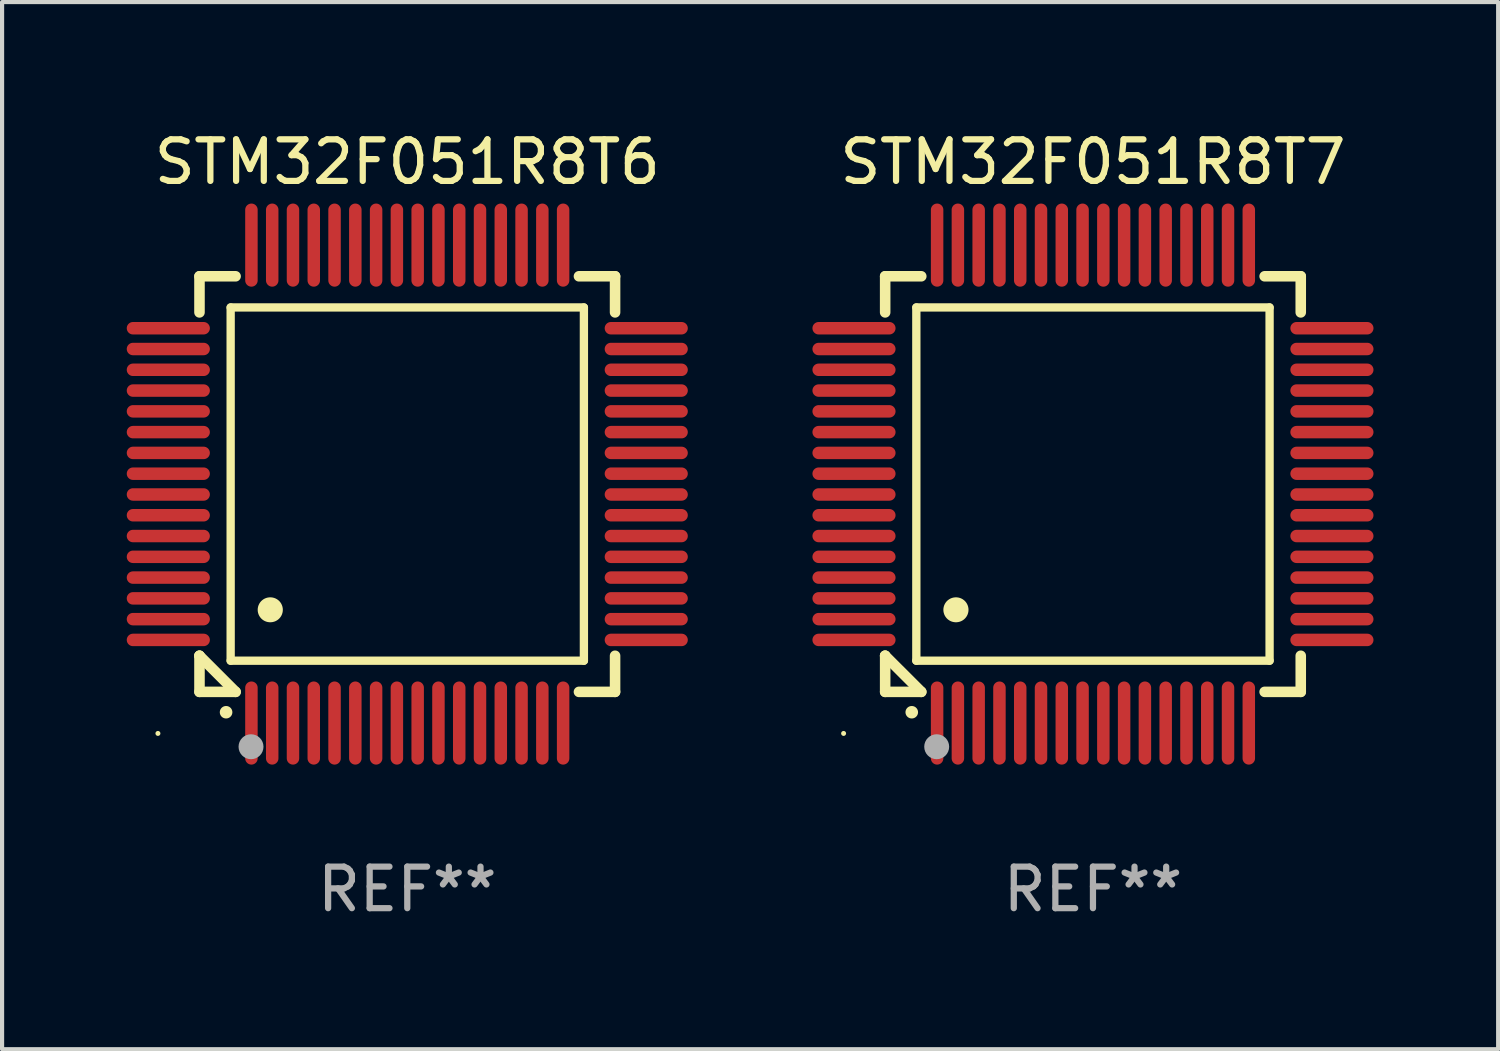
<source format=kicad_pcb>
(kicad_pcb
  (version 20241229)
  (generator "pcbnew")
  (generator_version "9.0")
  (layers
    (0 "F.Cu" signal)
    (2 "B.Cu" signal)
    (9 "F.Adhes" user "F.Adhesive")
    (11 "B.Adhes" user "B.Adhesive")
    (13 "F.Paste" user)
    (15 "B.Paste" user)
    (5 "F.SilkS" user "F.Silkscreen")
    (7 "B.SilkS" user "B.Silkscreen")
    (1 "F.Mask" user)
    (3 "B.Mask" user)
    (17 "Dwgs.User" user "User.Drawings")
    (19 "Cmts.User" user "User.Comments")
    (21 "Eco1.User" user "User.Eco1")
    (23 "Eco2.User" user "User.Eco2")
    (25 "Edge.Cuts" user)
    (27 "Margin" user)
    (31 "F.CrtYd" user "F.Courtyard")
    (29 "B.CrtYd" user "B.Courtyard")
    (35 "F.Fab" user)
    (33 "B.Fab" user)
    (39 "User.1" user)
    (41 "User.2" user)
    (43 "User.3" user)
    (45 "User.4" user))
  (footprint "STM32F051R8T7"
    (layer "F.Cu")
    (at 23.249 8.598)
    (property "Reference" "STM32F051R8T7" (at 0 -7.75 0) (layer "F.SilkS") (effects (font (size 1 1) (thickness 0.15))))
    (attr through_hole)
    (fp_line (start -5 -5) (end -4.131 -5) (stroke (width 0.254) (type solid)) (layer "F.SilkS"))
    (fp_line (start -5 -4.131) (end -5 -5) (stroke (width 0.254) (type solid)) (layer "F.SilkS"))
    (fp_line (start -5 4.131) (end -5 4.131) (stroke (width 0.254) (type solid)) (layer "F.SilkS"))
    (fp_line (start -5 5) (end -5 4.131) (stroke (width 0.254) (type solid)) (layer "F.SilkS"))
    (fp_line (start -5 4.131) (end -4.131 5) (stroke (width 0.254) (type solid)) (layer "F.SilkS"))
    (fp_line (start -4.25 -4.25) (end -4.25 4.25) (stroke (width 0.2) (type solid)) (layer "F.SilkS"))
    (fp_line (start -4.25 4.25) (end 4.25 4.25) (stroke (width 0.2) (type solid)) (layer "F.SilkS"))
    (fp_line (start -4.131 5) (end -5 5) (stroke (width 0.254) (type solid)) (layer "F.SilkS"))
    (fp_line (start 4.25 -4.25) (end -4.25 -4.25) (stroke (width 0.2) (type solid)) (layer "F.SilkS"))
    (fp_line (start 4.25 4.25) (end 4.25 -4.25) (stroke (width 0.2) (type solid)) (layer "F.SilkS"))
    (fp_line (start 5 -5) (end 4.131 -5) (stroke (width 0.254) (type solid)) (layer "F.SilkS"))
    (fp_line (start 5 -5) (end 5 -4.131) (stroke (width 0.254) (type solid)) (layer "F.SilkS"))
    (fp_line (start 5 4.131) (end 5 5) (stroke (width 0.254) (type solid)) (layer "F.SilkS"))
    (fp_line (start 5 5) (end 4.131 5) (stroke (width 0.254) (type solid)) (layer "F.SilkS"))
    (fp_arc (start -4.361265 5.489992) (mid -4.359995 5.489987) (end -4.358725 5.489992) (stroke (width 0.3) (type solid)) (layer "F.SilkS"))
    (fp_arc (start -3.299467 3.025146) (mid -3.296927 3.025135) (end -3.294387 3.025146) (stroke (width 0.6) (type solid)) (layer "F.SilkS"))
    (fp_circle (center -6 6) (end -5.97 6) (stroke (width 0.06) (type solid)) (fill no) (layer "F.SilkS"))
    (fp_circle (center -3.76 6.32) (end -3.61 6.32) (stroke (width 0.3) (type solid)) (fill no) (layer "F.Fab"))
    (fp_text user "REF**" (at 0 9.75 0) (layer "F.Fab") (effects (font (size 1 1) (thickness 0.15))))
    (pad "1" smd oval (at -3.75 5.75) (size 0.3 2) (layers "F.Cu" "F.Mask" "F.Paste"))
    (pad "2" smd oval (at -3.25 5.75) (size 0.3 2) (layers "F.Cu" "F.Mask" "F.Paste"))
    (pad "3" smd oval (at -2.75 5.75) (size 0.3 2) (layers "F.Cu" "F.Mask" "F.Paste"))
    (pad "4" smd oval (at -2.25 5.75) (size 0.3 2) (layers "F.Cu" "F.Mask" "F.Paste"))
    (pad "5" smd oval (at -1.75 5.75) (size 0.3 2) (layers "F.Cu" "F.Mask" "F.Paste"))
    (pad "6" smd oval (at -1.25 5.75) (size 0.3 2) (layers "F.Cu" "F.Mask" "F.Paste"))
    (pad "7" smd oval (at -0.75 5.75) (size 0.3 2) (layers "F.Cu" "F.Mask" "F.Paste"))
    (pad "8" smd oval (at -0.25 5.75) (size 0.3 2) (layers "F.Cu" "F.Mask" "F.Paste"))
    (pad "9" smd oval (at 0.25 5.75) (size 0.3 2) (layers "F.Cu" "F.Mask" "F.Paste"))
    (pad "10" smd oval (at 0.75 5.75) (size 0.3 2) (layers "F.Cu" "F.Mask" "F.Paste"))
    (pad "11" smd oval (at 1.25 5.75) (size 0.3 2) (layers "F.Cu" "F.Mask" "F.Paste"))
    (pad "12" smd oval (at 1.75 5.75) (size 0.3 2) (layers "F.Cu" "F.Mask" "F.Paste"))
    (pad "13" smd oval (at 2.25 5.75) (size 0.3 2) (layers "F.Cu" "F.Mask" "F.Paste"))
    (pad "14" smd oval (at 2.75 5.75) (size 0.3 2) (layers "F.Cu" "F.Mask" "F.Paste"))
    (pad "15" smd oval (at 3.25 5.75) (size 0.3 2) (layers "F.Cu" "F.Mask" "F.Paste"))
    (pad "16" smd oval (at 3.75 5.75) (size 0.3 2) (layers "F.Cu" "F.Mask" "F.Paste"))
    (pad "17" smd oval (at 5.75 3.75) (size 2 0.3) (layers "F.Cu" "F.Mask" "F.Paste"))
    (pad "18" smd oval (at 5.75 3.25) (size 2 0.3) (layers "F.Cu" "F.Mask" "F.Paste"))
    (pad "19" smd oval (at 5.75 2.75) (size 2 0.3) (layers "F.Cu" "F.Mask" "F.Paste"))
    (pad "20" smd oval (at 5.75 2.25) (size 2 0.3) (layers "F.Cu" "F.Mask" "F.Paste"))
    (pad "21" smd oval (at 5.75 1.75) (size 2 0.3) (layers "F.Cu" "F.Mask" "F.Paste"))
    (pad "22" smd oval (at 5.75 1.25) (size 2 0.3) (layers "F.Cu" "F.Mask" "F.Paste"))
    (pad "23" smd oval (at 5.75 0.75) (size 2 0.3) (layers "F.Cu" "F.Mask" "F.Paste"))
    (pad "24" smd oval (at 5.75 0.25) (size 2 0.3) (layers "F.Cu" "F.Mask" "F.Paste"))
    (pad "25" smd oval (at 5.75 -0.25) (size 2 0.3) (layers "F.Cu" "F.Mask" "F.Paste"))
    (pad "26" smd oval (at 5.75 -0.75) (size 2 0.3) (layers "F.Cu" "F.Mask" "F.Paste"))
    (pad "27" smd oval (at 5.75 -1.25) (size 2 0.3) (layers "F.Cu" "F.Mask" "F.Paste"))
    (pad "28" smd oval (at 5.75 -1.75) (size 2 0.3) (layers "F.Cu" "F.Mask" "F.Paste"))
    (pad "29" smd oval (at 5.75 -2.25) (size 2 0.3) (layers "F.Cu" "F.Mask" "F.Paste"))
    (pad "30" smd oval (at 5.75 -2.75) (size 2 0.3) (layers "F.Cu" "F.Mask" "F.Paste"))
    (pad "31" smd oval (at 5.75 -3.25) (size 2 0.3) (layers "F.Cu" "F.Mask" "F.Paste"))
    (pad "32" smd oval (at 5.75 -3.75) (size 2 0.3) (layers "F.Cu" "F.Mask" "F.Paste"))
    (pad "33" smd oval (at 3.75 -5.75) (size 0.3 2) (layers "F.Cu" "F.Mask" "F.Paste"))
    (pad "34" smd oval (at 3.25 -5.75) (size 0.3 2) (layers "F.Cu" "F.Mask" "F.Paste"))
    (pad "35" smd oval (at 2.75 -5.75) (size 0.3 2) (layers "F.Cu" "F.Mask" "F.Paste"))
    (pad "36" smd oval (at 2.25 -5.75) (size 0.3 2) (layers "F.Cu" "F.Mask" "F.Paste"))
    (pad "37" smd oval (at 1.75 -5.75) (size 0.3 2) (layers "F.Cu" "F.Mask" "F.Paste"))
    (pad "38" smd oval (at 1.25 -5.75) (size 0.3 2) (layers "F.Cu" "F.Mask" "F.Paste"))
    (pad "39" smd oval (at 0.75 -5.75) (size 0.3 2) (layers "F.Cu" "F.Mask" "F.Paste"))
    (pad "40" smd oval (at 0.25 -5.75) (size 0.3 2) (layers "F.Cu" "F.Mask" "F.Paste"))
    (pad "41" smd oval (at -0.25 -5.75) (size 0.3 2) (layers "F.Cu" "F.Mask" "F.Paste"))
    (pad "42" smd oval (at -0.75 -5.75) (size 0.3 2) (layers "F.Cu" "F.Mask" "F.Paste"))
    (pad "43" smd oval (at -1.25 -5.75) (size 0.3 2) (layers "F.Cu" "F.Mask" "F.Paste"))
    (pad "44" smd oval (at -1.75 -5.75) (size 0.3 2) (layers "F.Cu" "F.Mask" "F.Paste"))
    (pad "45" smd oval (at -2.25 -5.75) (size 0.3 2) (layers "F.Cu" "F.Mask" "F.Paste"))
    (pad "46" smd oval (at -2.75 -5.75) (size 0.3 2) (layers "F.Cu" "F.Mask" "F.Paste"))
    (pad "47" smd oval (at -3.25 -5.75) (size 0.3 2) (layers "F.Cu" "F.Mask" "F.Paste"))
    (pad "48" smd oval (at -3.75 -5.75) (size 0.3 2) (layers "F.Cu" "F.Mask" "F.Paste"))
    (pad "49" smd oval (at -5.75 -3.75) (size 2 0.3) (layers "F.Cu" "F.Mask" "F.Paste"))
    (pad "50" smd oval (at -5.75 -3.25) (size 2 0.3) (layers "F.Cu" "F.Mask" "F.Paste"))
    (pad "51" smd oval (at -5.75 -2.75) (size 2 0.3) (layers "F.Cu" "F.Mask" "F.Paste"))
    (pad "52" smd oval (at -5.75 -2.25) (size 2 0.3) (layers "F.Cu" "F.Mask" "F.Paste"))
    (pad "53" smd oval (at -5.75 -1.75) (size 2 0.3) (layers "F.Cu" "F.Mask" "F.Paste"))
    (pad "54" smd oval (at -5.75 -1.25) (size 2 0.3) (layers "F.Cu" "F.Mask" "F.Paste"))
    (pad "55" smd oval (at -5.75 -0.75) (size 2 0.3) (layers "F.Cu" "F.Mask" "F.Paste"))
    (pad "56" smd oval (at -5.75 -0.25) (size 2 0.3) (layers "F.Cu" "F.Mask" "F.Paste"))
    (pad "57" smd oval (at -5.75 0.25) (size 2 0.3) (layers "F.Cu" "F.Mask" "F.Paste"))
    (pad "58" smd oval (at -5.75 0.75) (size 2 0.3) (layers "F.Cu" "F.Mask" "F.Paste"))
    (pad "59" smd oval (at -5.75 1.25) (size 2 0.3) (layers "F.Cu" "F.Mask" "F.Paste"))
    (pad "60" smd oval (at -5.75 1.75) (size 2 0.3) (layers "F.Cu" "F.Mask" "F.Paste"))
    (pad "61" smd oval (at -5.75 2.25) (size 2 0.3) (layers "F.Cu" "F.Mask" "F.Paste"))
    (pad "62" smd oval (at -5.75 2.75) (size 2 0.3) (layers "F.Cu" "F.Mask" "F.Paste"))
    (pad "63" smd oval (at -5.75 3.25) (size 2 0.3) (layers "F.Cu" "F.Mask" "F.Paste"))
    (pad "64" smd oval (at -5.75 3.75) (size 2 0.3) (layers "F.Cu" "F.Mask" "F.Paste")))
  (footprint "STM32F051R8T6"
    (layer "F.Cu")
    (at 6.75 8.598)
    (property "Reference" "STM32F051R8T6" (at 0 -7.75 0) (layer "F.SilkS") (effects (font (size 1 1) (thickness 0.15))))
    (attr through_hole)
    (fp_line (start -5 -5) (end -4.131 -5) (stroke (width 0.254) (type solid)) (layer "F.SilkS"))
    (fp_line (start -5 -4.131) (end -5 -5) (stroke (width 0.254) (type solid)) (layer "F.SilkS"))
    (fp_line (start -5 4.131) (end -5 4.131) (stroke (width 0.254) (type solid)) (layer "F.SilkS"))
    (fp_line (start -5 5) (end -5 4.131) (stroke (width 0.254) (type solid)) (layer "F.SilkS"))
    (fp_line (start -5 4.131) (end -4.131 5) (stroke (width 0.254) (type solid)) (layer "F.SilkS"))
    (fp_line (start -4.25 -4.25) (end -4.25 4.25) (stroke (width 0.2) (type solid)) (layer "F.SilkS"))
    (fp_line (start -4.25 4.25) (end 4.25 4.25) (stroke (width 0.2) (type solid)) (layer "F.SilkS"))
    (fp_line (start -4.131 5) (end -5 5) (stroke (width 0.254) (type solid)) (layer "F.SilkS"))
    (fp_line (start 4.25 -4.25) (end -4.25 -4.25) (stroke (width 0.2) (type solid)) (layer "F.SilkS"))
    (fp_line (start 4.25 4.25) (end 4.25 -4.25) (stroke (width 0.2) (type solid)) (layer "F.SilkS"))
    (fp_line (start 5 -5) (end 4.131 -5) (stroke (width 0.254) (type solid)) (layer "F.SilkS"))
    (fp_line (start 5 -5) (end 5 -4.131) (stroke (width 0.254) (type solid)) (layer "F.SilkS"))
    (fp_line (start 5 4.131) (end 5 5) (stroke (width 0.254) (type solid)) (layer "F.SilkS"))
    (fp_line (start 5 5) (end 4.131 5) (stroke (width 0.254) (type solid)) (layer "F.SilkS"))
    (fp_arc (start -4.361265 5.489992) (mid -4.359995 5.489987) (end -4.358725 5.489992) (stroke (width 0.3) (type solid)) (layer "F.SilkS"))
    (fp_arc (start -3.299467 3.025146) (mid -3.296927 3.025135) (end -3.294387 3.025146) (stroke (width 0.6) (type solid)) (layer "F.SilkS"))
    (fp_circle (center -6 6) (end -5.97 6) (stroke (width 0.06) (type solid)) (fill no) (layer "F.SilkS"))
    (fp_circle (center -3.76 6.32) (end -3.61 6.32) (stroke (width 0.3) (type solid)) (fill no) (layer "F.Fab"))
    (fp_text user "REF**" (at 0 9.75 0) (layer "F.Fab") (effects (font (size 1 1) (thickness 0.15))))
    (pad "1" smd oval (at -3.75 5.75) (size 0.3 2) (layers "F.Cu" "F.Mask" "F.Paste"))
    (pad "2" smd oval (at -3.25 5.75) (size 0.3 2) (layers "F.Cu" "F.Mask" "F.Paste"))
    (pad "3" smd oval (at -2.75 5.75) (size 0.3 2) (layers "F.Cu" "F.Mask" "F.Paste"))
    (pad "4" smd oval (at -2.25 5.75) (size 0.3 2) (layers "F.Cu" "F.Mask" "F.Paste"))
    (pad "5" smd oval (at -1.75 5.75) (size 0.3 2) (layers "F.Cu" "F.Mask" "F.Paste"))
    (pad "6" smd oval (at -1.25 5.75) (size 0.3 2) (layers "F.Cu" "F.Mask" "F.Paste"))
    (pad "7" smd oval (at -0.75 5.75) (size 0.3 2) (layers "F.Cu" "F.Mask" "F.Paste"))
    (pad "8" smd oval (at -0.25 5.75) (size 0.3 2) (layers "F.Cu" "F.Mask" "F.Paste"))
    (pad "9" smd oval (at 0.25 5.75) (size 0.3 2) (layers "F.Cu" "F.Mask" "F.Paste"))
    (pad "10" smd oval (at 0.75 5.75) (size 0.3 2) (layers "F.Cu" "F.Mask" "F.Paste"))
    (pad "11" smd oval (at 1.25 5.75) (size 0.3 2) (layers "F.Cu" "F.Mask" "F.Paste"))
    (pad "12" smd oval (at 1.75 5.75) (size 0.3 2) (layers "F.Cu" "F.Mask" "F.Paste"))
    (pad "13" smd oval (at 2.25 5.75) (size 0.3 2) (layers "F.Cu" "F.Mask" "F.Paste"))
    (pad "14" smd oval (at 2.75 5.75) (size 0.3 2) (layers "F.Cu" "F.Mask" "F.Paste"))
    (pad "15" smd oval (at 3.25 5.75) (size 0.3 2) (layers "F.Cu" "F.Mask" "F.Paste"))
    (pad "16" smd oval (at 3.75 5.75) (size 0.3 2) (layers "F.Cu" "F.Mask" "F.Paste"))
    (pad "17" smd oval (at 5.75 3.75) (size 2 0.3) (layers "F.Cu" "F.Mask" "F.Paste"))
    (pad "18" smd oval (at 5.75 3.25) (size 2 0.3) (layers "F.Cu" "F.Mask" "F.Paste"))
    (pad "19" smd oval (at 5.75 2.75) (size 2 0.3) (layers "F.Cu" "F.Mask" "F.Paste"))
    (pad "20" smd oval (at 5.75 2.25) (size 2 0.3) (layers "F.Cu" "F.Mask" "F.Paste"))
    (pad "21" smd oval (at 5.75 1.75) (size 2 0.3) (layers "F.Cu" "F.Mask" "F.Paste"))
    (pad "22" smd oval (at 5.75 1.25) (size 2 0.3) (layers "F.Cu" "F.Mask" "F.Paste"))
    (pad "23" smd oval (at 5.75 0.75) (size 2 0.3) (layers "F.Cu" "F.Mask" "F.Paste"))
    (pad "24" smd oval (at 5.75 0.25) (size 2 0.3) (layers "F.Cu" "F.Mask" "F.Paste"))
    (pad "25" smd oval (at 5.75 -0.25) (size 2 0.3) (layers "F.Cu" "F.Mask" "F.Paste"))
    (pad "26" smd oval (at 5.75 -0.75) (size 2 0.3) (layers "F.Cu" "F.Mask" "F.Paste"))
    (pad "27" smd oval (at 5.75 -1.25) (size 2 0.3) (layers "F.Cu" "F.Mask" "F.Paste"))
    (pad "28" smd oval (at 5.75 -1.75) (size 2 0.3) (layers "F.Cu" "F.Mask" "F.Paste"))
    (pad "29" smd oval (at 5.75 -2.25) (size 2 0.3) (layers "F.Cu" "F.Mask" "F.Paste"))
    (pad "30" smd oval (at 5.75 -2.75) (size 2 0.3) (layers "F.Cu" "F.Mask" "F.Paste"))
    (pad "31" smd oval (at 5.75 -3.25) (size 2 0.3) (layers "F.Cu" "F.Mask" "F.Paste"))
    (pad "32" smd oval (at 5.75 -3.75) (size 2 0.3) (layers "F.Cu" "F.Mask" "F.Paste"))
    (pad "33" smd oval (at 3.75 -5.75) (size 0.3 2) (layers "F.Cu" "F.Mask" "F.Paste"))
    (pad "34" smd oval (at 3.25 -5.75) (size 0.3 2) (layers "F.Cu" "F.Mask" "F.Paste"))
    (pad "35" smd oval (at 2.75 -5.75) (size 0.3 2) (layers "F.Cu" "F.Mask" "F.Paste"))
    (pad "36" smd oval (at 2.25 -5.75) (size 0.3 2) (layers "F.Cu" "F.Mask" "F.Paste"))
    (pad "37" smd oval (at 1.75 -5.75) (size 0.3 2) (layers "F.Cu" "F.Mask" "F.Paste"))
    (pad "38" smd oval (at 1.25 -5.75) (size 0.3 2) (layers "F.Cu" "F.Mask" "F.Paste"))
    (pad "39" smd oval (at 0.75 -5.75) (size 0.3 2) (layers "F.Cu" "F.Mask" "F.Paste"))
    (pad "40" smd oval (at 0.25 -5.75) (size 0.3 2) (layers "F.Cu" "F.Mask" "F.Paste"))
    (pad "41" smd oval (at -0.25 -5.75) (size 0.3 2) (layers "F.Cu" "F.Mask" "F.Paste"))
    (pad "42" smd oval (at -0.75 -5.75) (size 0.3 2) (layers "F.Cu" "F.Mask" "F.Paste"))
    (pad "43" smd oval (at -1.25 -5.75) (size 0.3 2) (layers "F.Cu" "F.Mask" "F.Paste"))
    (pad "44" smd oval (at -1.75 -5.75) (size 0.3 2) (layers "F.Cu" "F.Mask" "F.Paste"))
    (pad "45" smd oval (at -2.25 -5.75) (size 0.3 2) (layers "F.Cu" "F.Mask" "F.Paste"))
    (pad "46" smd oval (at -2.75 -5.75) (size 0.3 2) (layers "F.Cu" "F.Mask" "F.Paste"))
    (pad "47" smd oval (at -3.25 -5.75) (size 0.3 2) (layers "F.Cu" "F.Mask" "F.Paste"))
    (pad "48" smd oval (at -3.75 -5.75) (size 0.3 2) (layers "F.Cu" "F.Mask" "F.Paste"))
    (pad "49" smd oval (at -5.75 -3.75) (size 2 0.3) (layers "F.Cu" "F.Mask" "F.Paste"))
    (pad "50" smd oval (at -5.75 -3.25) (size 2 0.3) (layers "F.Cu" "F.Mask" "F.Paste"))
    (pad "51" smd oval (at -5.75 -2.75) (size 2 0.3) (layers "F.Cu" "F.Mask" "F.Paste"))
    (pad "52" smd oval (at -5.75 -2.25) (size 2 0.3) (layers "F.Cu" "F.Mask" "F.Paste"))
    (pad "53" smd oval (at -5.75 -1.75) (size 2 0.3) (layers "F.Cu" "F.Mask" "F.Paste"))
    (pad "54" smd oval (at -5.75 -1.25) (size 2 0.3) (layers "F.Cu" "F.Mask" "F.Paste"))
    (pad "55" smd oval (at -5.75 -0.75) (size 2 0.3) (layers "F.Cu" "F.Mask" "F.Paste"))
    (pad "56" smd oval (at -5.75 -0.25) (size 2 0.3) (layers "F.Cu" "F.Mask" "F.Paste"))
    (pad "57" smd oval (at -5.75 0.25) (size 2 0.3) (layers "F.Cu" "F.Mask" "F.Paste"))
    (pad "58" smd oval (at -5.75 0.75) (size 2 0.3) (layers "F.Cu" "F.Mask" "F.Paste"))
    (pad "59" smd oval (at -5.75 1.25) (size 2 0.3) (layers "F.Cu" "F.Mask" "F.Paste"))
    (pad "60" smd oval (at -5.75 1.75) (size 2 0.3) (layers "F.Cu" "F.Mask" "F.Paste"))
    (pad "61" smd oval (at -5.75 2.25) (size 2 0.3) (layers "F.Cu" "F.Mask" "F.Paste"))
    (pad "62" smd oval (at -5.75 2.75) (size 2 0.3) (layers "F.Cu" "F.Mask" "F.Paste"))
    (pad "63" smd oval (at -5.75 3.25) (size 2 0.3) (layers "F.Cu" "F.Mask" "F.Paste"))
    (pad "64" smd oval (at -5.75 3.75) (size 2 0.3) (layers "F.Cu" "F.Mask" "F.Paste")))
  (gr_rect
    (start -3 -3)
    (end 32.999 22.196)
    (stroke (width 0.1) (type default))
    (fill no)
    (layer "Edge.Cuts")))
</source>
